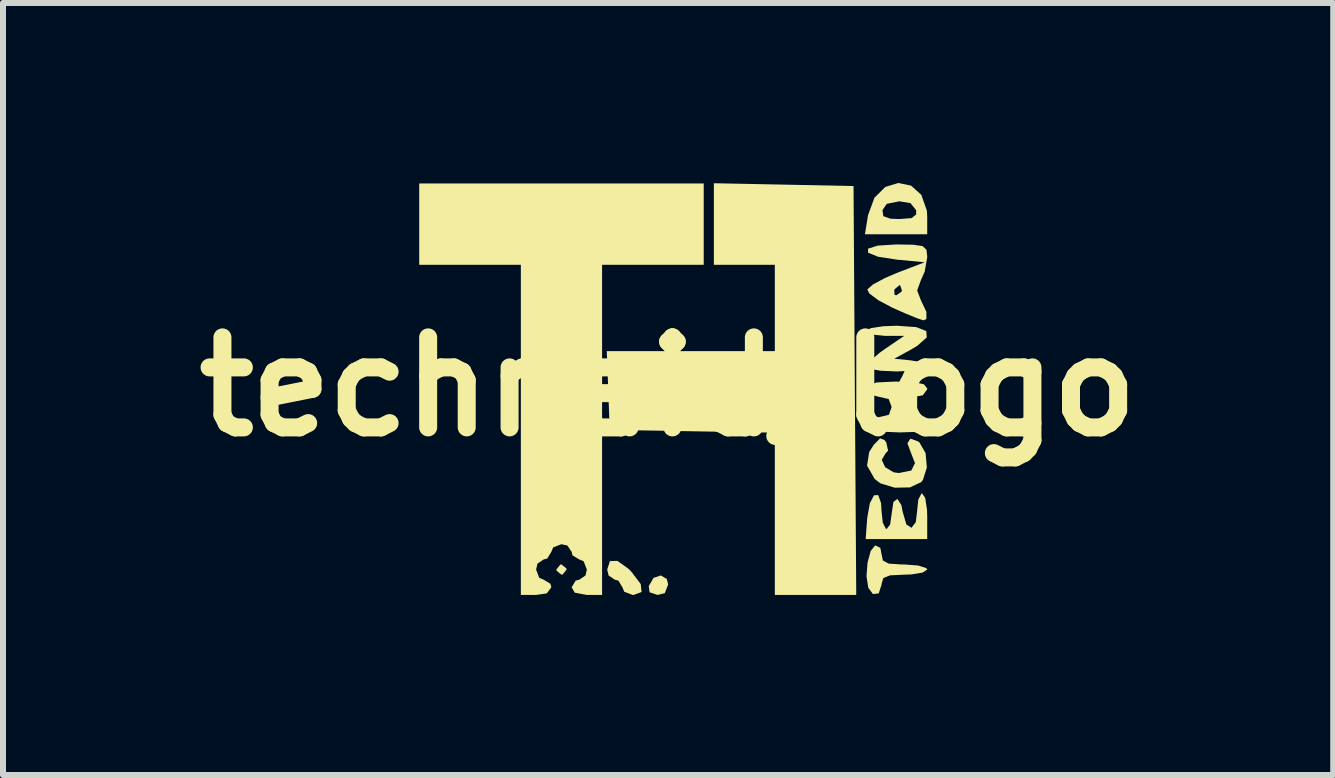
<source format=kicad_pcb>
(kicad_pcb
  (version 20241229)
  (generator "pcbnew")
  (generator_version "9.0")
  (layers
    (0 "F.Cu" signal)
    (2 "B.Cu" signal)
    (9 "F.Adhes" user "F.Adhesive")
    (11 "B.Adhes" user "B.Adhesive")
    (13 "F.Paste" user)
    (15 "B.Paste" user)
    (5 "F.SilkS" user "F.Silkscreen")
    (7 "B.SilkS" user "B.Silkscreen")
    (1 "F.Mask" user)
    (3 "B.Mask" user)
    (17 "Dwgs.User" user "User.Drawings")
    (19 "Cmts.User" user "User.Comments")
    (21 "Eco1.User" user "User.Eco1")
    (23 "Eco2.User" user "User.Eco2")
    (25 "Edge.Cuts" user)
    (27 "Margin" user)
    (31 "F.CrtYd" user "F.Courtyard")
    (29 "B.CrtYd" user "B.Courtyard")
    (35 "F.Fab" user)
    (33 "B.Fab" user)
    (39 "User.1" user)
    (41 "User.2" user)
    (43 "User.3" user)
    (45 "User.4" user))
  (footprint "technaid_logo"
    (layer "F.Cu")
    (at 8.086 3.395)
    (property "Reference" "technaid_logo" (at 0 0 0) (layer "F.SilkS") (effects (font (size 1.5 1.5) (thickness 0.3))))
    (attr board_only exclude_from_pos_files exclude_from_bom)
    (fp_poly (pts (xy -1.696 3.028) (xy -1.693 3.048) (xy -1.758 3.13) (xy -1.778 3.133) (xy -1.86 3.068) (xy -1.863 3.048) (xy -1.798 2.966) (xy -1.778 2.963)) (stroke (width 0) (type solid)) (fill yes) (layer "F.SilkS"))
    (fp_poly (pts (xy -0.022 3.205) (xy 0 3.296) (xy -0.056 3.441) (xy -0.176 3.471) (xy -0.31 3.426) (xy -0.323 3.324) (xy -0.244 3.187) (xy -0.122 3.146)) (stroke (width 0) (type solid)) (fill yes) (layer "F.SilkS"))
    (fp_poly (pts (xy -0.662 3.034) (xy -0.614 3.083) (xy -0.457 3.289) (xy -0.443 3.421) (xy -0.574 3.471) (xy -0.593 3.471) (xy -0.731 3.418) (xy -0.762 3.344) (xy -0.83 3.232) (xy -0.889 3.217) (xy -0.992 3.147) (xy -1.016 3.048) (xy -0.97 2.907) (xy -0.846 2.903)) (stroke (width 0) (type solid)) (fill yes) (layer "F.SilkS"))
    (fp_poly (pts (xy 1.926 -3.368) (xy 3.09 -3.344) (xy 3.112 0.064) (xy 3.135 3.471) (xy 2.456 3.471) (xy 1.778 3.471) (xy 1.778 2.119) (xy 1.778 0.766) (xy 0.402 0.743) (xy -0.974 0.72) (xy -0.998 0.064) (xy -1.023 -0.593) (xy 0.377 -0.593) (xy 1.778 -0.593) (xy 1.778 -1.312) (xy 1.778 -2.032) (xy 1.27 -2.032) (xy 0.762 -2.032) (xy 0.762 -2.712) (xy 0.762 -3.391)) (stroke (width 0) (type solid)) (fill yes) (layer "F.SilkS"))
    (fp_poly (pts (xy 3.536 2.685) (xy 3.556 2.787) (xy 3.579 2.897) (xy 3.677 2.949) (xy 3.893 2.963) (xy 3.937 2.963) (xy 4.164 2.98) (xy 4.301 3.023) (xy 4.318 3.048) (xy 4.242 3.098) (xy 4.051 3.129) (xy 3.937 3.133) (xy 3.699 3.144) (xy 3.586 3.19) (xy 3.556 3.29) (xy 3.556 3.302) (xy 3.51 3.445) (xy 3.413 3.456) (xy 3.336 3.352) (xy 3.306 3.161) (xy 3.323 2.932) (xy 3.377 2.736) (xy 3.45 2.645)) (stroke (width 0) (type solid)) (fill yes) (layer "F.SilkS"))
    (fp_poly (pts (xy 4.049 -3.351) (xy 4.22 -3.197) (xy 4.312 -2.934) (xy 4.318 -2.83) (xy 4.318 -2.54) (xy 3.799 -2.54) (xy 3.28 -2.54) (xy 3.331 -2.857) (xy 3.362 -2.942) (xy 3.572 -2.942) (xy 3.586 -2.842) (xy 3.705 -2.8) (xy 3.852 -2.794) (xy 4.058 -2.81) (xy 4.134 -2.871) (xy 4.133 -2.942) (xy 4.038 -3.06) (xy 3.852 -3.09) (xy 3.644 -3.048) (xy 3.572 -2.942) (xy 3.362 -2.942) (xy 3.438 -3.149) (xy 3.619 -3.329) (xy 3.835 -3.395)) (stroke (width 0) (type solid)) (fill yes) (layer "F.SilkS"))
    (fp_poly (pts (xy 4.136 -0.993) (xy 4.303 -0.927) (xy 4.31 -0.821) (xy 4.153 -0.682) (xy 4.043 -0.616) (xy 3.768 -0.466) (xy 4.043 -0.439) (xy 4.257 -0.401) (xy 4.319 -0.35) (xy 4.245 -0.301) (xy 4.05 -0.265) (xy 3.81 -0.254) (xy 3.542 -0.266) (xy 3.358 -0.298) (xy 3.302 -0.336) (xy 3.366 -0.428) (xy 3.528 -0.568) (xy 3.618 -0.632) (xy 3.934 -0.847) (xy 3.618 -0.847) (xy 3.414 -0.867) (xy 3.307 -0.916) (xy 3.302 -0.931) (xy 3.379 -0.976) (xy 3.581 -1.007) (xy 3.81 -1.016)) (stroke (width 0) (type solid)) (fill yes) (layer "F.SilkS"))
    (fp_poly (pts (xy 3.606 0.889) (xy 3.635 0.929) (xy 3.666 1.066) (xy 3.624 1.111) (xy 3.56 1.219) (xy 3.617 1.342) (xy 3.759 1.427) (xy 3.845 1.439) (xy 4.053 1.397) (xy 4.114 1.273) (xy 4.049 1.108) (xy 3.988 0.943) (xy 4.037 0.866) (xy 4.166 0.912) (xy 4.189 0.93) (xy 4.291 1.108) (xy 4.312 1.346) (xy 4.246 1.555) (xy 4.216 1.592) (xy 4.028 1.679) (xy 3.775 1.683) (xy 3.538 1.611) (xy 3.442 1.538) (xy 3.315 1.315) (xy 3.351 1.088) (xy 3.427 0.969) (xy 3.532 0.861)) (stroke (width 0) (type solid)) (fill yes) (layer "F.SilkS"))
    (fp_poly (pts (xy 4.284 1.854) (xy 4.314 2.045) (xy 4.318 2.159) (xy 4.318 2.54) (xy 3.805 2.54) (xy 3.292 2.54) (xy 3.318 2.187) (xy 3.362 1.941) (xy 3.431 1.81) (xy 3.502 1.807) (xy 3.549 1.942) (xy 3.556 2.067) (xy 3.577 2.266) (xy 3.628 2.367) (xy 3.641 2.371) (xy 3.7 2.297) (xy 3.725 2.12) (xy 3.725 2.117) (xy 3.755 1.92) (xy 3.821 1.871) (xy 3.887 1.973) (xy 3.91 2.089) (xy 3.97 2.296) (xy 4.055 2.352) (xy 4.127 2.258) (xy 4.149 2.081) (xy 4.169 1.883) (xy 4.221 1.781) (xy 4.233 1.778)) (stroke (width 0) (type solid)) (fill yes) (layer "F.SilkS"))
    (fp_poly (pts (xy 4.105 -0.075) (xy 4.263 -0.04) (xy 4.317 0.027) (xy 4.318 0.042) (xy 4.244 0.144) (xy 4.1 0.169) (xy 3.944 0.218) (xy 3.906 0.326) (xy 3.982 0.438) (xy 4.128 0.493) (xy 4.277 0.56) (xy 4.318 0.641) (xy 4.269 0.716) (xy 4.102 0.754) (xy 3.866 0.762) (xy 3.603 0.752) (xy 3.414 0.727) (xy 3.358 0.706) (xy 3.304 0.588) (xy 3.401 0.519) (xy 3.514 0.508) (xy 3.68 0.468) (xy 3.725 0.339) (xy 3.676 0.206) (xy 3.514 0.169) (xy 3.343 0.125) (xy 3.302 0.042) (xy 3.341 -0.031) (xy 3.479 -0.071) (xy 3.749 -0.084) (xy 3.81 -0.085)) (stroke (width 0) (type solid)) (fill yes) (layer "F.SilkS"))
    (fp_poly (pts (xy 4.087 -2.366) (xy 4.241 -2.343) (xy 4.305 -2.283) (xy 4.318 -2.171) (xy 4.318 -2.158) (xy 4.276 -1.919) (xy 4.213 -1.777) (xy 4.15 -1.604) (xy 4.213 -1.44) (xy 4.304 -1.248) (xy 4.304 -1.127) (xy 4.255 -1.106) (xy 4.148 -1.141) (xy 3.94 -1.227) (xy 3.739 -1.316) (xy 3.503 -1.441) (xy 3.352 -1.555) (xy 3.326 -1.609) (xy 3.768 -1.609) (xy 3.774 -1.531) (xy 3.805 -1.524) (xy 3.891 -1.585) (xy 3.895 -1.609) (xy 3.866 -1.691) (xy 3.857 -1.693) (xy 3.785 -1.634) (xy 3.768 -1.609) (xy 3.326 -1.609) (xy 3.32 -1.621) (xy 3.412 -1.703) (xy 3.615 -1.812) (xy 3.814 -1.897) (xy 4.276 -2.074) (xy 3.817 -2.117) (xy 3.495 -2.167) (xy 3.333 -2.233) (xy 3.331 -2.3) (xy 3.49 -2.351) (xy 3.803 -2.371)) (stroke (width 0) (type solid)) (fill yes) (layer "F.SilkS"))
    (fp_poly (pts (xy 0.593 -2.709) (xy 0.593 -2.032) (xy -0.254 -2.032) (xy -1.101 -2.032) (xy -1.101 0.72) (xy -1.101 3.471) (xy -1.355 3.471) (xy -1.556 3.433) (xy -1.609 3.344) (xy -1.541 3.232) (xy -1.482 3.217) (xy -1.378 3.147) (xy -1.355 3.048) (xy -1.408 2.91) (xy -1.482 2.879) (xy -1.594 2.811) (xy -1.609 2.752) (xy -1.679 2.648) (xy -1.778 2.625) (xy -1.916 2.678) (xy -1.947 2.752) (xy -2.015 2.864) (xy -2.074 2.879) (xy -2.178 2.949) (xy -2.201 3.048) (xy -2.148 3.186) (xy -2.074 3.217) (xy -1.962 3.285) (xy -1.947 3.344) (xy -2.023 3.445) (xy -2.201 3.471) (xy -2.455 3.471) (xy -2.455 0.72) (xy -2.455 -2.032) (xy -3.302 -2.032) (xy -4.149 -2.032) (xy -4.149 -2.709) (xy -4.149 -3.387) (xy -1.778 -3.387) (xy 0.593 -3.387)) (stroke (width 0) (type solid)) (fill yes) (layer "F.SilkS")))
  (gr_rect
    (start -3 -3)
    (end 19.171 9.867)
    (stroke (width 0.1) (type default))
    (fill no)
    (layer "Edge.Cuts")))
</source>
